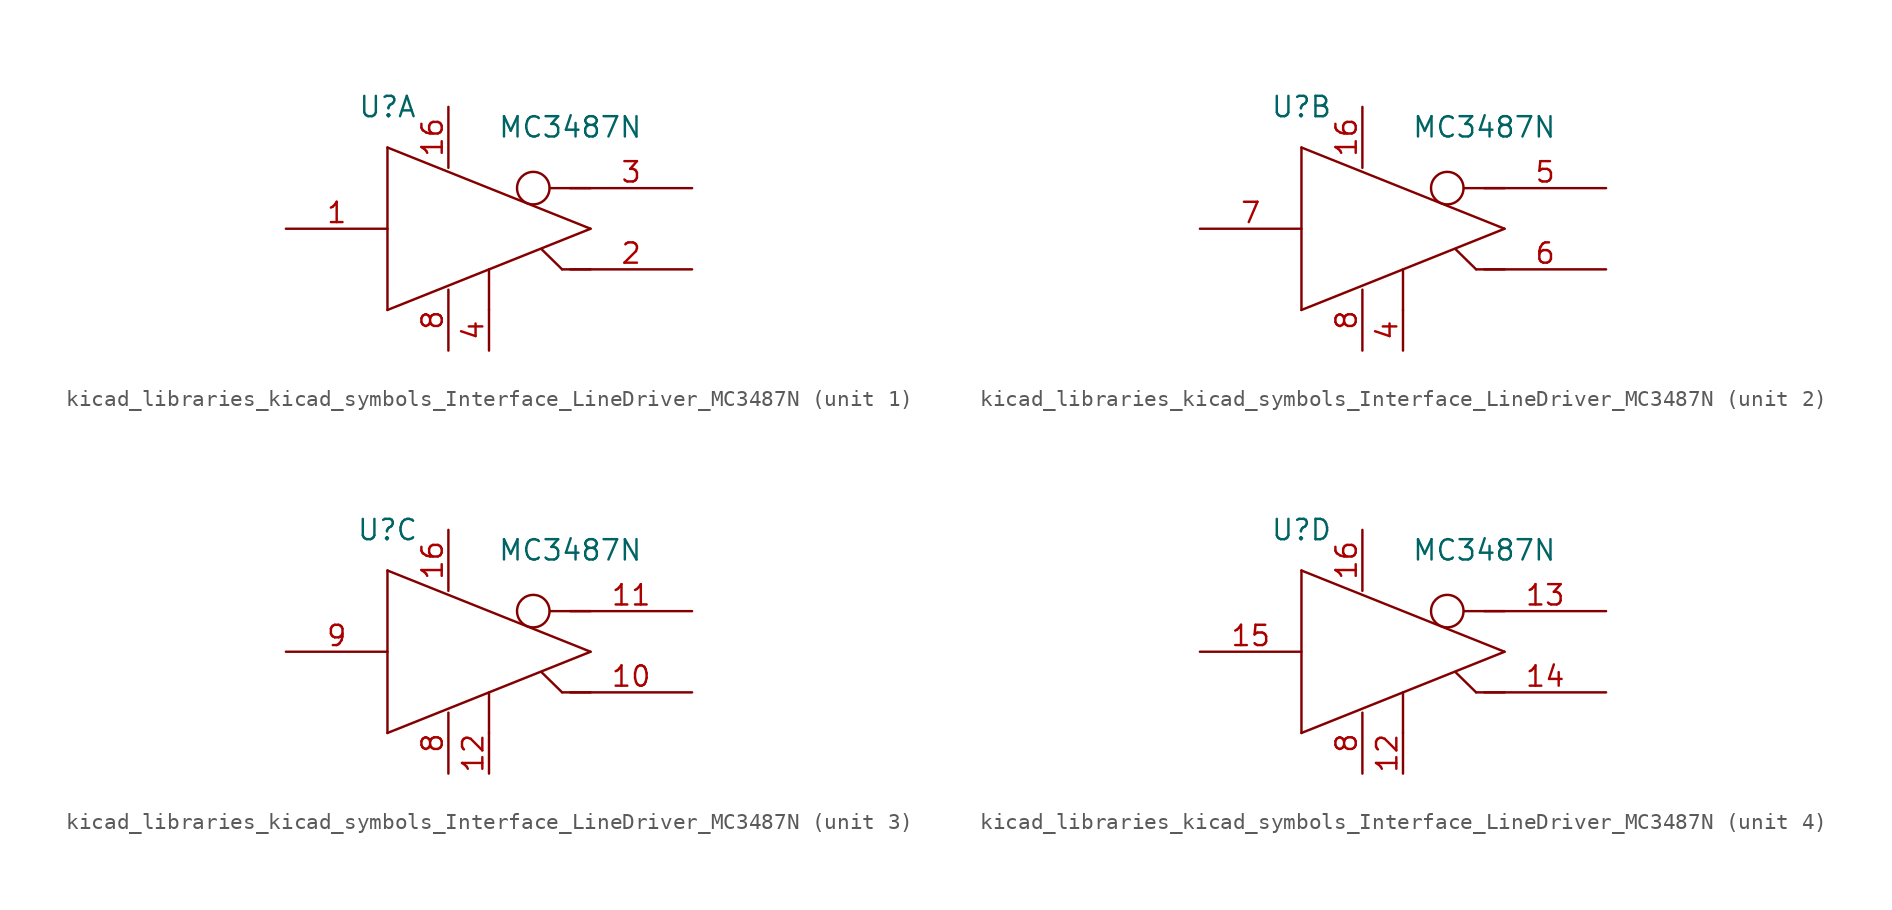
<source format=kicad_sym>
(kicad_symbol_lib
  (version 20220914)
  (generator kicad_symbol_editor)
  (symbol "kicad_libraries_kicad_symbols_Interface_LineDriver_MC3487N"
    (pin_names
      (offset 1.016) hide)
    (property "Reference" "U"
      (at -6.35 7.62 0)
      (effects (font (size 1.27 1.27))))
    (property "Value" "MC3487N"
      (at 5.08 6.35 0)
      (effects (font (size 1.27 1.27))))
    (symbol "kicad_libraries_kicad_symbols_Interface_LineDriver_MC3487N_0_1"
      (polyline (pts (xy -6.35 -5.08) (xy 6.35 0)) (stroke (width 0) (type default)) (fill (type none)))
      (polyline (pts (xy -6.35 5.08) (xy -6.35 -5.08)) (stroke (width 0) (type default)) (fill (type none)))
      (polyline (pts (xy 0 -5.08) (xy 0 -2.54)) (stroke (width 0) (type default)) (fill (type none)))
      (polyline (pts (xy 3.81 2.54) (xy 6.35 2.54)) (stroke (width 0) (type default)) (fill (type none)))
      (polyline (pts (xy 4.572 -2.54) (xy 3.277 -1.27)) (stroke (width 0) (type default)) (fill (type none)))
      (polyline (pts (xy 6.35 -2.54) (xy 4.572 -2.54)) (stroke (width 0) (type default)) (fill (type none)))
      (polyline (pts (xy 6.35 0) (xy -6.35 5.08)) (stroke (width 0) (type default)) (fill (type none)))
      (circle (center 2.769 2.54) (radius 1.016) (stroke (width 0) (type default)) (fill (type none))))
    (symbol "kicad_libraries_kicad_symbols_Interface_LineDriver_MC3487N_1_1"
      (pin input line (at -12.7 0 0) (length 6.35) (name "INPUT" (effects (font (size 1.27 1.27)))) (number "1" (effects (font (size 1.27 1.27)))))
      (pin power_in line (at -2.54 7.62 270) (length 3.81) (name "VCC" (effects (font (size 1.27 1.27)))) (number "16" (effects (font (size 1.27 1.27)))))
      (pin tri_state line (at 12.7 -2.54 180) (length 7.62) (name "OUT+" (effects (font (size 1.27 1.27)))) (number "2" (effects (font (size 1.27 1.27)))))
      (pin tri_state line (at 12.7 2.54 180) (length 7.62) (name "OUT-" (effects (font (size 1.27 1.27)))) (number "3" (effects (font (size 1.27 1.27)))))
      (pin input line (at 0 -7.62 90) (length 2.54) (name "ENABLE" (effects (font (size 1.27 1.27)))) (number "4" (effects (font (size 1.27 1.27)))))
      (pin power_in line (at -2.54 -7.62 90) (length 3.81) (name "GND" (effects (font (size 1.27 1.27)))) (number "8" (effects (font (size 1.27 1.27))))))
    (symbol "kicad_libraries_kicad_symbols_Interface_LineDriver_MC3487N_2_1"
      (pin power_in line (at -2.54 7.62 270) (length 3.81) (name "VCC" (effects (font (size 1.27 1.27)))) (number "16" (effects (font (size 1.27 1.27)))))
      (pin input line (at 0 -7.62 90) (length 2.54) (name "ENABLE" (effects (font (size 1.27 1.27)))) (number "4" (effects (font (size 1.27 1.27)))))
      (pin tri_state line (at 12.7 2.54 180) (length 7.62) (name "OUT-" (effects (font (size 1.27 1.27)))) (number "5" (effects (font (size 1.27 1.27)))))
      (pin tri_state line (at 12.7 -2.54 180) (length 7.62) (name "OUT+" (effects (font (size 1.27 1.27)))) (number "6" (effects (font (size 1.27 1.27)))))
      (pin input line (at -12.7 0 0) (length 6.35) (name "INPUT" (effects (font (size 1.27 1.27)))) (number "7" (effects (font (size 1.27 1.27)))))
      (pin power_in line (at -2.54 -7.62 90) (length 3.81) (name "GND" (effects (font (size 1.27 1.27)))) (number "8" (effects (font (size 1.27 1.27))))))
    (symbol "kicad_libraries_kicad_symbols_Interface_LineDriver_MC3487N_3_1"
      (pin tri_state line (at 12.7 -2.54 180) (length 7.62) (name "OUT+" (effects (font (size 1.27 1.27)))) (number "10" (effects (font (size 1.27 1.27)))))
      (pin tri_state line (at 12.7 2.54 180) (length 7.62) (name "OUT-" (effects (font (size 1.27 1.27)))) (number "11" (effects (font (size 1.27 1.27)))))
      (pin input line (at 0 -7.62 90) (length 2.54) (name "ENABLE" (effects (font (size 1.27 1.27)))) (number "12" (effects (font (size 1.27 1.27)))))
      (pin power_in line (at -2.54 7.62 270) (length 3.81) (name "VCC" (effects (font (size 1.27 1.27)))) (number "16" (effects (font (size 1.27 1.27)))))
      (pin power_in line (at -2.54 -7.62 90) (length 3.81) (name "GND" (effects (font (size 1.27 1.27)))) (number "8" (effects (font (size 1.27 1.27)))))
      (pin input line (at -12.7 0 0) (length 6.35) (name "INPUT" (effects (font (size 1.27 1.27)))) (number "9" (effects (font (size 1.27 1.27))))))
    (symbol "kicad_libraries_kicad_symbols_Interface_LineDriver_MC3487N_4_1"
      (pin input line (at 0 -7.62 90) (length 2.54) (name "ENABLE" (effects (font (size 1.27 1.27)))) (number "12" (effects (font (size 1.27 1.27)))))
      (pin tri_state line (at 12.7 2.54 180) (length 7.62) (name "OUT-" (effects (font (size 1.27 1.27)))) (number "13" (effects (font (size 1.27 1.27)))))
      (pin tri_state line (at 12.7 -2.54 180) (length 7.62) (name "OUT+" (effects (font (size 1.27 1.27)))) (number "14" (effects (font (size 1.27 1.27)))))
      (pin input line (at -12.7 0 0) (length 6.35) (name "INPUT" (effects (font (size 1.27 1.27)))) (number "15" (effects (font (size 1.27 1.27)))))
      (pin power_in line (at -2.54 7.62 270) (length 3.81) (name "VCC" (effects (font (size 1.27 1.27)))) (number "16" (effects (font (size 1.27 1.27)))))
      (pin power_in line (at -2.54 -7.62 90) (length 3.81) (name "GND" (effects (font (size 1.27 1.27)))) (number "8" (effects (font (size 1.27 1.27))))))))
</source>
